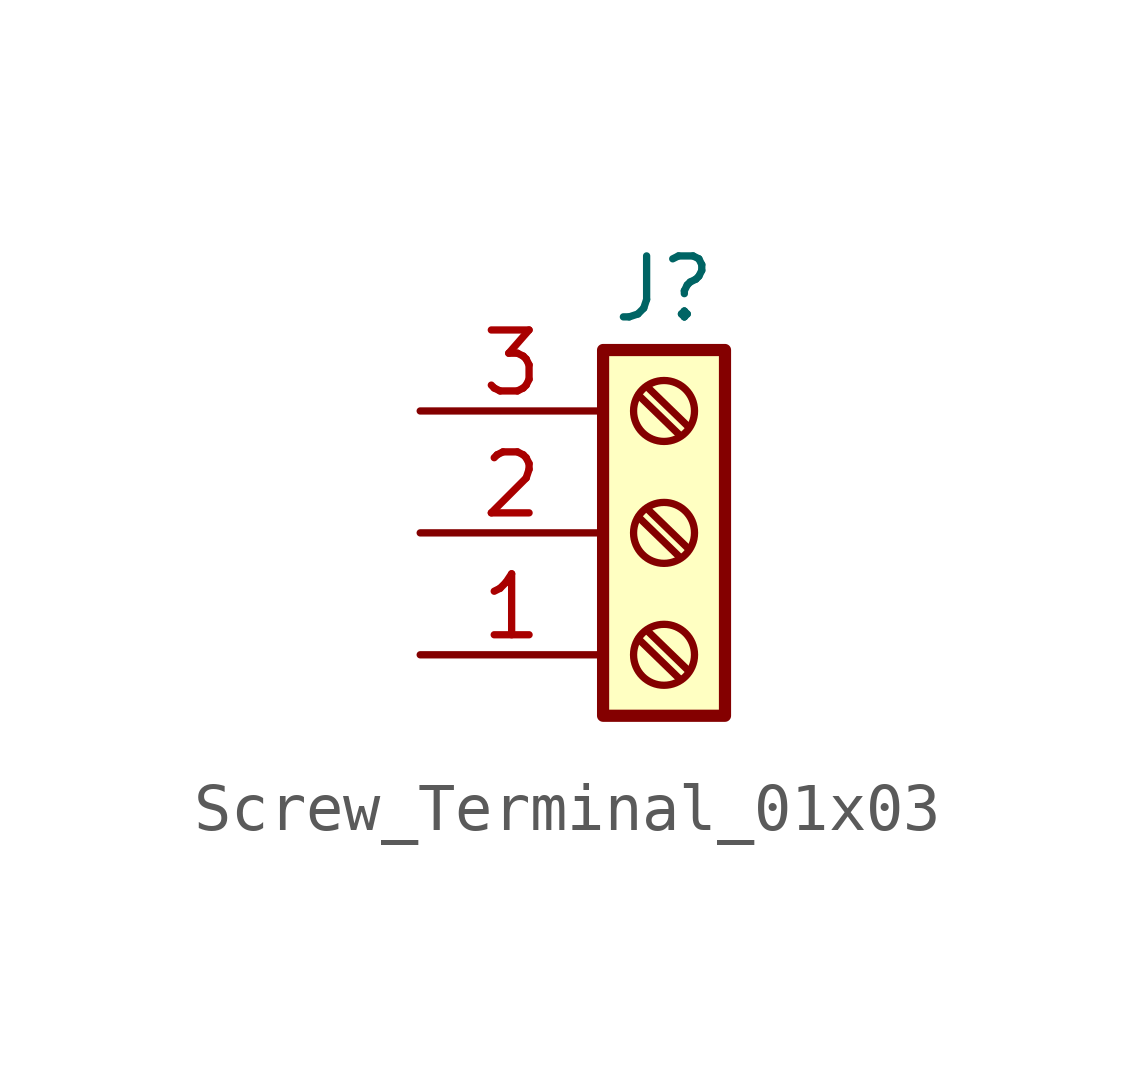
<source format=kicad_sym>
(kicad_symbol_lib
  (version 20231120)
  (generator "kicad_symbol_editor")
  (generator_version "8.0")
  (symbol "Screw_Terminal_01x03"
    (pin_names
      (offset 1.016) hide)
    (property "Reference" "J"
      (at 0 5.08 0)
      (effects (font (size 1.27 1.27))))
    (symbol "Screw_Terminal_01x03_1_1"
      (rectangle (start -1.27 3.81) (end 1.27 -3.81) (stroke (width 0.254) (type default)) (fill (type background)))
      (circle (center 0 -2.54) (radius 0.635) (stroke (width 0.152) (type default)) (fill (type none)))
      (polyline (pts (xy -0.533 -2.21) (xy 0.33 -3.048)) (stroke (width 0.152) (type default)) (fill (type none)))
      (polyline (pts (xy -0.533 0.33) (xy 0.33 -0.508)) (stroke (width 0.152) (type default)) (fill (type none)))
      (polyline (pts (xy -0.533 2.87) (xy 0.33 2.032)) (stroke (width 0.152) (type default)) (fill (type none)))
      (polyline (pts (xy -0.356 -2.032) (xy 0.508 -2.87)) (stroke (width 0.152) (type default)) (fill (type none)))
      (polyline (pts (xy -0.356 0.508) (xy 0.508 -0.33)) (stroke (width 0.152) (type default)) (fill (type none)))
      (polyline (pts (xy -0.356 3.048) (xy 0.508 2.21)) (stroke (width 0.152) (type default)) (fill (type none)))
      (circle (center 0 0) (radius 0.635) (stroke (width 0.152) (type default)) (fill (type none)))
      (circle (center 0 2.54) (radius 0.635) (stroke (width 0.152) (type default)) (fill (type none)))
      (pin passive line (at -5.08 -2.54 0) (length 3.81) (name "Pin_1" (effects (font (size 1.27 1.27)))) (number "1" (effects (font (size 1.27 1.27)))))
      (pin passive line (at -5.08 0 0) (length 3.81) (name "Pin_2" (effects (font (size 1.27 1.27)))) (number "2" (effects (font (size 1.27 1.27)))))
      (pin passive line (at -5.08 2.54 0) (length 3.81) (name "Pin_3" (effects (font (size 1.27 1.27)))) (number "3" (effects (font (size 1.27 1.27))))))))
</source>
